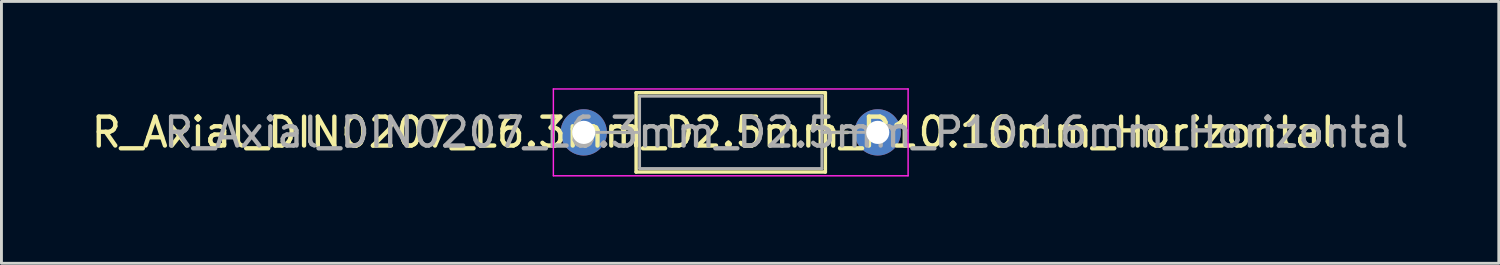
<source format=kicad_pcb>
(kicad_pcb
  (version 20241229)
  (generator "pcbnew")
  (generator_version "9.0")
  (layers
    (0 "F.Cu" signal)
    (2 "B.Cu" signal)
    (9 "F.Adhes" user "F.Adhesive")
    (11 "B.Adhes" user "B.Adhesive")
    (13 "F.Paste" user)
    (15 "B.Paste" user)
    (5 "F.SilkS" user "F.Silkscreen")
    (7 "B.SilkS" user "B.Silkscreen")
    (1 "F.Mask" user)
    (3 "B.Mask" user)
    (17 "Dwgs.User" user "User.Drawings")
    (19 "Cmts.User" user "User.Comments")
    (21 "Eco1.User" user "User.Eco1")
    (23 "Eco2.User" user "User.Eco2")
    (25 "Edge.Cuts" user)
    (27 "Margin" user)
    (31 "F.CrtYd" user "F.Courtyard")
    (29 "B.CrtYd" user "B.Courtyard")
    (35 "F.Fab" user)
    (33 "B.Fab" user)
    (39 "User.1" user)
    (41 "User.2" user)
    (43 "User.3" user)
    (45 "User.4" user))
  (footprint "R_Axial_DIN0207_L6.3mm_D2.5mm_P10.16mm_Horizontal"
    (layer "F.Cu")
    (at 17.125 1.525)
    (property "Reference" "R_Axial_DIN0207_L6.3mm_D2.5mm_P10.16mm_Horizontal" (at 4.5 0 0) (layer "F.SilkS") (effects (font (size 1 1) (thickness 0.15))))
    (attr through_hole)
    (fp_line (start 1.04 0) (end 1.81 0) (stroke (width 0.12) (type solid)) (layer "F.SilkS"))
    (fp_line (start 1.81 -1.37) (end 1.81 1.37) (stroke (width 0.12) (type solid)) (layer "F.SilkS"))
    (fp_line (start 1.81 1.37) (end 8.35 1.37) (stroke (width 0.12) (type solid)) (layer "F.SilkS"))
    (fp_line (start 8.35 -1.37) (end 1.81 -1.37) (stroke (width 0.12) (type solid)) (layer "F.SilkS"))
    (fp_line (start 8.35 1.37) (end 8.35 -1.37) (stroke (width 0.12) (type solid)) (layer "F.SilkS"))
    (fp_line (start 9.12 0) (end 8.35 0) (stroke (width 0.12) (type solid)) (layer "F.SilkS"))
    (fp_line (start -1.05 -1.5) (end -1.05 1.5) (stroke (width 0.05) (type solid)) (layer "F.CrtYd"))
    (fp_line (start -1.05 1.5) (end 11.21 1.5) (stroke (width 0.05) (type solid)) (layer "F.CrtYd"))
    (fp_line (start 11.21 -1.5) (end -1.05 -1.5) (stroke (width 0.05) (type solid)) (layer "F.CrtYd"))
    (fp_line (start 11.21 1.5) (end 11.21 -1.5) (stroke (width 0.05) (type solid)) (layer "F.CrtYd"))
    (fp_line (start 0 0) (end 1.93 0) (stroke (width 0.1) (type solid)) (layer "F.Fab"))
    (fp_line (start 1.93 -1.25) (end 1.93 1.25) (stroke (width 0.1) (type solid)) (layer "F.Fab"))
    (fp_line (start 1.93 1.25) (end 8.23 1.25) (stroke (width 0.1) (type solid)) (layer "F.Fab"))
    (fp_line (start 8.23 -1.25) (end 1.93 -1.25) (stroke (width 0.1) (type solid)) (layer "F.Fab"))
    (fp_line (start 8.23 1.25) (end 8.23 -1.25) (stroke (width 0.1) (type solid)) (layer "F.Fab"))
    (fp_line (start 10.16 0) (end 8.23 0) (stroke (width 0.1) (type solid)) (layer "F.Fab"))
    (fp_text user "${REFERENCE}" (at 7 0 0) (layer "F.Fab") (effects (font (size 1 1) (thickness 0.15))))
    (pad "1" thru_hole circle (at 0 0) (size 1.6 1.6) (drill 0.8) (layers "*.Cu" "*.Mask"))
    (pad "2" thru_hole oval (at 10.16 0) (size 1.6 1.6) (drill 0.8) (layers "*.Cu" "*.Mask")))
  (gr_rect
    (start -3 -3)
    (end 48.75 6.05)
    (stroke (width 0.1) (type default))
    (fill no)
    (layer "Edge.Cuts")))
</source>
